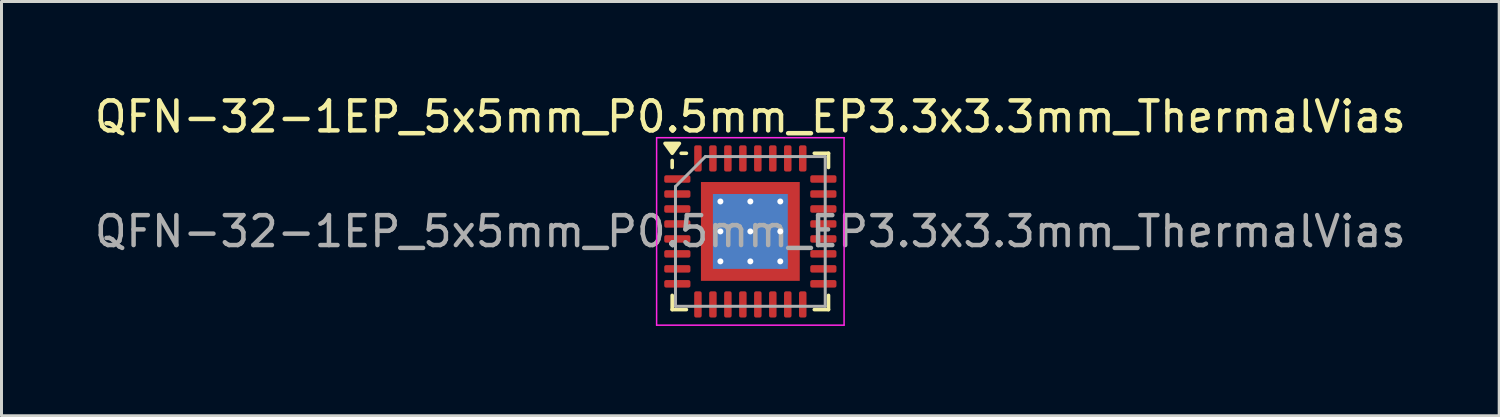
<source format=kicad_pcb>
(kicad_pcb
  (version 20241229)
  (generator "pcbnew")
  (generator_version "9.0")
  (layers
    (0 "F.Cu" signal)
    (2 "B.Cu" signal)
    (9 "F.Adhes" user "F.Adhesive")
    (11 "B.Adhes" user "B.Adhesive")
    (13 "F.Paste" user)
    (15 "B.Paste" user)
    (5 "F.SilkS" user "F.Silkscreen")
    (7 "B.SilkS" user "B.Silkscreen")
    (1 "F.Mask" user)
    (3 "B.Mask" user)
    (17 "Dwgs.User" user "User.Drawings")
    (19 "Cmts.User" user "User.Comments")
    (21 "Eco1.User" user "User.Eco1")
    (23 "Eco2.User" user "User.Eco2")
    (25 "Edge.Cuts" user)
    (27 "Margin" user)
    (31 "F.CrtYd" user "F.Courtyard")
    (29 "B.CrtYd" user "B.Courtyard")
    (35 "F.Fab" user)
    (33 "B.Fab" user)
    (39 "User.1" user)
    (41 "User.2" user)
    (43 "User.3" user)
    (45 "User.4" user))
  (footprint "QFN-32-1EP_5x5mm_P0.5mm_EP3.3x3.3mm_ThermalVias"
    (layer "F.Cu")
    (at 22.006 4.678)
    (property "Reference" "QFN-32-1EP_5x5mm_P0.5mm_EP3.3x3.3mm_ThermalVias" (at 0 -3.83 0) (layer "F.SilkS") (effects (font (size 1 1) (thickness 0.15))))
    (attr smd)
    (fp_line (start -2.61 -2.135) (end -2.61 -2.37) (stroke (width 0.12) (type solid)) (layer "F.SilkS"))
    (fp_line (start -2.61 2.61) (end -2.61 2.135) (stroke (width 0.12) (type solid)) (layer "F.SilkS"))
    (fp_line (start -2.135 -2.61) (end -2.31 -2.61) (stroke (width 0.12) (type solid)) (layer "F.SilkS"))
    (fp_line (start -2.135 2.61) (end -2.61 2.61) (stroke (width 0.12) (type solid)) (layer "F.SilkS"))
    (fp_line (start 2.135 -2.61) (end 2.61 -2.61) (stroke (width 0.12) (type solid)) (layer "F.SilkS"))
    (fp_line (start 2.135 2.61) (end 2.61 2.61) (stroke (width 0.12) (type solid)) (layer "F.SilkS"))
    (fp_line (start 2.61 -2.61) (end 2.61 -2.135) (stroke (width 0.12) (type solid)) (layer "F.SilkS"))
    (fp_line (start 2.61 2.61) (end 2.61 2.135) (stroke (width 0.12) (type solid)) (layer "F.SilkS"))
    (fp_poly (pts (xy -2.61 -2.61) (xy -2.85 -2.94) (xy -2.37 -2.94) (xy -2.61 -2.61)) (stroke (width 0.12) (type solid)) (fill yes) (layer "F.SilkS"))
    (fp_line (start -3.13 -3.13) (end -3.13 3.13) (stroke (width 0.05) (type solid)) (layer "F.CrtYd"))
    (fp_line (start -3.13 3.13) (end 3.13 3.13) (stroke (width 0.05) (type solid)) (layer "F.CrtYd"))
    (fp_line (start 3.13 -3.13) (end -3.13 -3.13) (stroke (width 0.05) (type solid)) (layer "F.CrtYd"))
    (fp_line (start 3.13 3.13) (end 3.13 -3.13) (stroke (width 0.05) (type solid)) (layer "F.CrtYd"))
    (fp_line (start -2.5 -1.5) (end -1.5 -2.5) (stroke (width 0.1) (type solid)) (layer "F.Fab"))
    (fp_line (start -2.5 2.5) (end -2.5 -1.5) (stroke (width 0.1) (type solid)) (layer "F.Fab"))
    (fp_line (start -1.5 -2.5) (end 2.5 -2.5) (stroke (width 0.1) (type solid)) (layer "F.Fab"))
    (fp_line (start 2.5 -2.5) (end 2.5 2.5) (stroke (width 0.1) (type solid)) (layer "F.Fab"))
    (fp_line (start 2.5 2.5) (end -2.5 2.5) (stroke (width 0.1) (type solid)) (layer "F.Fab"))
    (fp_text user "${REFERENCE}" (at 0 0 0) (layer "F.Fab") (effects (font (size 1 1) (thickness 0.15))))
    (pad "" smd custom (at -1.325 -1.325) (size 0.413 0.413) (layers "F.Paste") (options (anchor circle)) (primitives (gr_poly (pts (xy -0.151 -0.151) (xy 0.151 -0.151) (xy 0.151 0.059) (xy 0.059 0.151) (xy -0.151 0.151)) (width 0.222) (fill yes))))
    (pad "" smd custom (at -1.325 -0.5) (size 0.437 0.437) (layers "F.Paste") (options (anchor circle)) (primitives (gr_poly (pts (xy -0.175 -0.316) (xy 0.103 -0.316) (xy 0.175 -0.244) (xy 0.175 0.244) (xy 0.103 0.316) (xy -0.175 0.316)) (width 0.174) (fill yes))))
    (pad "" smd custom (at -1.325 0.5) (size 0.437 0.437) (layers "F.Paste") (options (anchor circle)) (primitives (gr_poly (pts (xy -0.175 -0.316) (xy 0.103 -0.316) (xy 0.175 -0.244) (xy 0.175 0.244) (xy 0.103 0.316) (xy -0.175 0.316)) (width 0.174) (fill yes))))
    (pad "" smd custom (at -1.325 1.325) (size 0.413 0.413) (layers "F.Paste") (options (anchor circle)) (primitives (gr_poly (pts (xy -0.151 -0.151) (xy 0.059 -0.151) (xy 0.151 -0.059) (xy 0.151 0.151) (xy -0.151 0.151)) (width 0.222) (fill yes))))
    (pad "" smd custom (at -0.5 -1.325) (size 0.437 0.437) (layers "F.Paste") (options (anchor circle)) (primitives (gr_poly (pts (xy -0.316 -0.175) (xy 0.316 -0.175) (xy 0.316 0.103) (xy 0.244 0.175) (xy -0.244 0.175) (xy -0.316 0.103)) (width 0.174) (fill yes))))
    (pad "" smd roundrect (at -0.5 -0.5) (size 0.806 0.806) (layers "F.Paste") (roundrect_rratio 0.25))
    (pad "" smd roundrect (at -0.5 0.5) (size 0.806 0.806) (layers "F.Paste") (roundrect_rratio 0.25))
    (pad "" smd custom (at -0.5 1.325) (size 0.437 0.437) (layers "F.Paste") (options (anchor circle)) (primitives (gr_poly (pts (xy -0.316 -0.103) (xy -0.244 -0.175) (xy 0.244 -0.175) (xy 0.316 -0.103) (xy 0.316 0.175) (xy -0.316 0.175)) (width 0.174) (fill yes))))
    (pad "" smd custom (at 0.5 -1.325) (size 0.437 0.437) (layers "F.Paste") (options (anchor circle)) (primitives (gr_poly (pts (xy -0.316 -0.175) (xy 0.316 -0.175) (xy 0.316 0.103) (xy 0.244 0.175) (xy -0.244 0.175) (xy -0.316 0.103)) (width 0.174) (fill yes))))
    (pad "" smd roundrect (at 0.5 -0.5) (size 0.806 0.806) (layers "F.Paste") (roundrect_rratio 0.25))
    (pad "" smd roundrect (at 0.5 0.5) (size 0.806 0.806) (layers "F.Paste") (roundrect_rratio 0.25))
    (pad "" smd custom (at 0.5 1.325) (size 0.437 0.437) (layers "F.Paste") (options (anchor circle)) (primitives (gr_poly (pts (xy -0.316 -0.103) (xy -0.244 -0.175) (xy 0.244 -0.175) (xy 0.316 -0.103) (xy 0.316 0.175) (xy -0.316 0.175)) (width 0.174) (fill yes))))
    (pad "" smd custom (at 1.325 -1.325) (size 0.413 0.413) (layers "F.Paste") (options (anchor circle)) (primitives (gr_poly (pts (xy -0.151 -0.151) (xy 0.151 -0.151) (xy 0.151 0.151) (xy -0.059 0.151) (xy -0.151 0.059)) (width 0.222) (fill yes))))
    (pad "" smd custom (at 1.325 -0.5) (size 0.437 0.437) (layers "F.Paste") (options (anchor circle)) (primitives (gr_poly (pts (xy -0.175 -0.244) (xy -0.103 -0.316) (xy 0.175 -0.316) (xy 0.175 0.316) (xy -0.103 0.316) (xy -0.175 0.244)) (width 0.174) (fill yes))))
    (pad "" smd custom (at 1.325 0.5) (size 0.437 0.437) (layers "F.Paste") (options (anchor circle)) (primitives (gr_poly (pts (xy -0.175 -0.244) (xy -0.103 -0.316) (xy 0.175 -0.316) (xy 0.175 0.316) (xy -0.103 0.316) (xy -0.175 0.244)) (width 0.174) (fill yes))))
    (pad "" smd custom (at 1.325 1.325) (size 0.413 0.413) (layers "F.Paste") (options (anchor circle)) (primitives (gr_poly (pts (xy -0.151 -0.059) (xy -0.059 -0.151) (xy 0.151 -0.151) (xy 0.151 0.151) (xy -0.151 0.151)) (width 0.222) (fill yes))))
    (pad "1" smd roundrect (at -2.438 -1.75) (size 0.875 0.25) (layers "F.Cu" "F.Mask" "F.Paste") (roundrect_rratio 0.25))
    (pad "2" smd roundrect (at -2.438 -1.25) (size 0.875 0.25) (layers "F.Cu" "F.Mask" "F.Paste") (roundrect_rratio 0.25))
    (pad "3" smd roundrect (at -2.438 -0.75) (size 0.875 0.25) (layers "F.Cu" "F.Mask" "F.Paste") (roundrect_rratio 0.25))
    (pad "4" smd roundrect (at -2.438 -0.25) (size 0.875 0.25) (layers "F.Cu" "F.Mask" "F.Paste") (roundrect_rratio 0.25))
    (pad "5" smd roundrect (at -2.438 0.25) (size 0.875 0.25) (layers "F.Cu" "F.Mask" "F.Paste") (roundrect_rratio 0.25))
    (pad "6" smd roundrect (at -2.438 0.75) (size 0.875 0.25) (layers "F.Cu" "F.Mask" "F.Paste") (roundrect_rratio 0.25))
    (pad "7" smd roundrect (at -2.438 1.25) (size 0.875 0.25) (layers "F.Cu" "F.Mask" "F.Paste") (roundrect_rratio 0.25))
    (pad "8" smd roundrect (at -2.438 1.75) (size 0.875 0.25) (layers "F.Cu" "F.Mask" "F.Paste") (roundrect_rratio 0.25))
    (pad "9" smd roundrect (at -1.75 2.438) (size 0.25 0.875) (layers "F.Cu" "F.Mask" "F.Paste") (roundrect_rratio 0.25))
    (pad "10" smd roundrect (at -1.25 2.438) (size 0.25 0.875) (layers "F.Cu" "F.Mask" "F.Paste") (roundrect_rratio 0.25))
    (pad "11" smd roundrect (at -0.75 2.438) (size 0.25 0.875) (layers "F.Cu" "F.Mask" "F.Paste") (roundrect_rratio 0.25))
    (pad "12" smd roundrect (at -0.25 2.438) (size 0.25 0.875) (layers "F.Cu" "F.Mask" "F.Paste") (roundrect_rratio 0.25))
    (pad "13" smd roundrect (at 0.25 2.438) (size 0.25 0.875) (layers "F.Cu" "F.Mask" "F.Paste") (roundrect_rratio 0.25))
    (pad "14" smd roundrect (at 0.75 2.438) (size 0.25 0.875) (layers "F.Cu" "F.Mask" "F.Paste") (roundrect_rratio 0.25))
    (pad "15" smd roundrect (at 1.25 2.438) (size 0.25 0.875) (layers "F.Cu" "F.Mask" "F.Paste") (roundrect_rratio 0.25))
    (pad "16" smd roundrect (at 1.75 2.438) (size 0.25 0.875) (layers "F.Cu" "F.Mask" "F.Paste") (roundrect_rratio 0.25))
    (pad "17" smd roundrect (at 2.438 1.75) (size 0.875 0.25) (layers "F.Cu" "F.Mask" "F.Paste") (roundrect_rratio 0.25))
    (pad "18" smd roundrect (at 2.438 1.25) (size 0.875 0.25) (layers "F.Cu" "F.Mask" "F.Paste") (roundrect_rratio 0.25))
    (pad "19" smd roundrect (at 2.438 0.75) (size 0.875 0.25) (layers "F.Cu" "F.Mask" "F.Paste") (roundrect_rratio 0.25))
    (pad "20" smd roundrect (at 2.438 0.25) (size 0.875 0.25) (layers "F.Cu" "F.Mask" "F.Paste") (roundrect_rratio 0.25))
    (pad "21" smd roundrect (at 2.438 -0.25) (size 0.875 0.25) (layers "F.Cu" "F.Mask" "F.Paste") (roundrect_rratio 0.25))
    (pad "22" smd roundrect (at 2.438 -0.75) (size 0.875 0.25) (layers "F.Cu" "F.Mask" "F.Paste") (roundrect_rratio 0.25))
    (pad "23" smd roundrect (at 2.438 -1.25) (size 0.875 0.25) (layers "F.Cu" "F.Mask" "F.Paste") (roundrect_rratio 0.25))
    (pad "24" smd roundrect (at 2.438 -1.75) (size 0.875 0.25) (layers "F.Cu" "F.Mask" "F.Paste") (roundrect_rratio 0.25))
    (pad "25" smd roundrect (at 1.75 -2.438) (size 0.25 0.875) (layers "F.Cu" "F.Mask" "F.Paste") (roundrect_rratio 0.25))
    (pad "26" smd roundrect (at 1.25 -2.438) (size 0.25 0.875) (layers "F.Cu" "F.Mask" "F.Paste") (roundrect_rratio 0.25))
    (pad "27" smd roundrect (at 0.75 -2.438) (size 0.25 0.875) (layers "F.Cu" "F.Mask" "F.Paste") (roundrect_rratio 0.25))
    (pad "28" smd roundrect (at 0.25 -2.438) (size 0.25 0.875) (layers "F.Cu" "F.Mask" "F.Paste") (roundrect_rratio 0.25))
    (pad "29" smd roundrect (at -0.25 -2.438) (size 0.25 0.875) (layers "F.Cu" "F.Mask" "F.Paste") (roundrect_rratio 0.25))
    (pad "30" smd roundrect (at -0.75 -2.438) (size 0.25 0.875) (layers "F.Cu" "F.Mask" "F.Paste") (roundrect_rratio 0.25))
    (pad "31" smd roundrect (at -1.25 -2.438) (size 0.25 0.875) (layers "F.Cu" "F.Mask" "F.Paste") (roundrect_rratio 0.25))
    (pad "32" smd roundrect (at -1.75 -2.438) (size 0.25 0.875) (layers "F.Cu" "F.Mask" "F.Paste") (roundrect_rratio 0.25))
    (pad "33" thru_hole circle (at -1 -1) (size 0.5 0.5) (drill 0.2) (property pad_prop_heatsink) (layers "*.Cu"))
    (pad "33" thru_hole circle (at -1 0) (size 0.5 0.5) (drill 0.2) (property pad_prop_heatsink) (layers "*.Cu"))
    (pad "33" thru_hole circle (at -1 1) (size 0.5 0.5) (drill 0.2) (property pad_prop_heatsink) (layers "*.Cu"))
    (pad "33" thru_hole circle (at 0 -1) (size 0.5 0.5) (drill 0.2) (property pad_prop_heatsink) (layers "*.Cu"))
    (pad "33" thru_hole circle (at 0 0) (size 0.5 0.5) (drill 0.2) (property pad_prop_heatsink) (layers "*.Cu"))
    (pad "33" smd rect (at 0 0) (size 2.5 2.5) (property pad_prop_heatsink) (layers "B.Cu"))
    (pad "33" smd rect (at 0 0) (size 3.3 3.3) (property pad_prop_heatsink) (layers "F.Cu" "F.Mask"))
    (pad "33" thru_hole circle (at 0 1) (size 0.5 0.5) (drill 0.2) (property pad_prop_heatsink) (layers "*.Cu"))
    (pad "33" thru_hole circle (at 1 -1) (size 0.5 0.5) (drill 0.2) (property pad_prop_heatsink) (layers "*.Cu"))
    (pad "33" thru_hole circle (at 1 0) (size 0.5 0.5) (drill 0.2) (property pad_prop_heatsink) (layers "*.Cu"))
    (pad "33" thru_hole circle (at 1 1) (size 0.5 0.5) (drill 0.2) (property pad_prop_heatsink) (layers "*.Cu")))
  (gr_rect
    (start -3 -3)
    (end 47.012 10.833)
    (stroke (width 0.1) (type default))
    (fill no)
    (layer "Edge.Cuts")))
</source>
